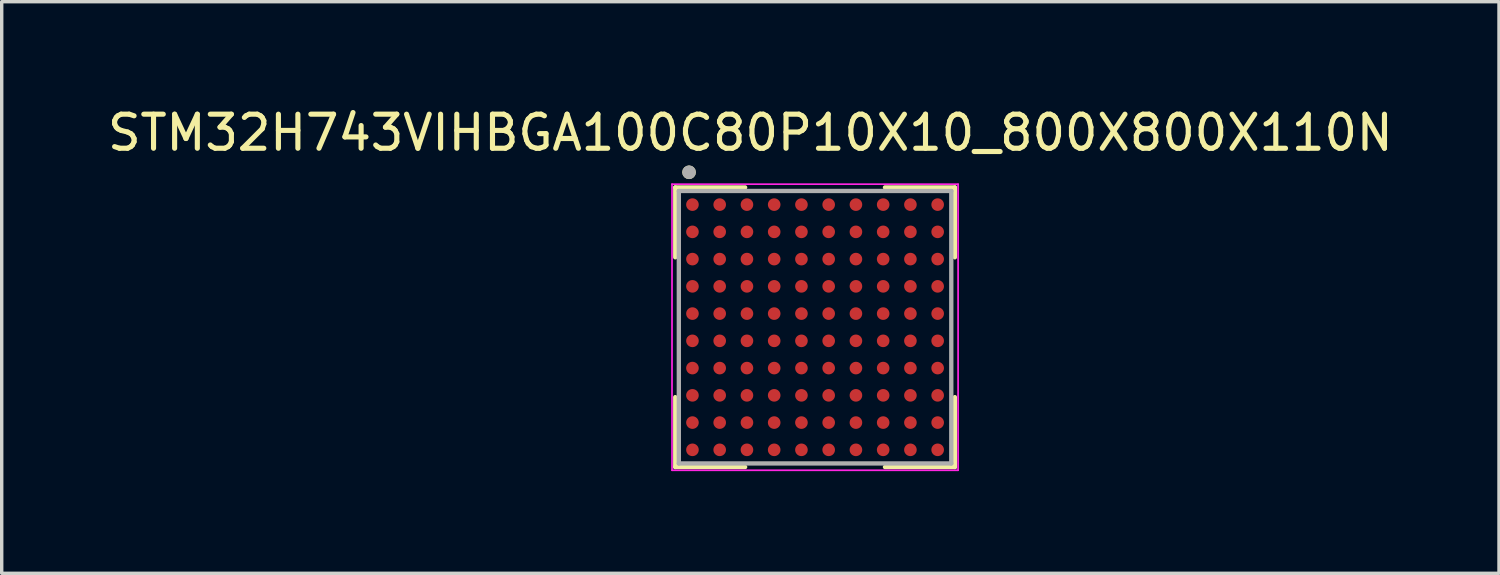
<source format=kicad_pcb>
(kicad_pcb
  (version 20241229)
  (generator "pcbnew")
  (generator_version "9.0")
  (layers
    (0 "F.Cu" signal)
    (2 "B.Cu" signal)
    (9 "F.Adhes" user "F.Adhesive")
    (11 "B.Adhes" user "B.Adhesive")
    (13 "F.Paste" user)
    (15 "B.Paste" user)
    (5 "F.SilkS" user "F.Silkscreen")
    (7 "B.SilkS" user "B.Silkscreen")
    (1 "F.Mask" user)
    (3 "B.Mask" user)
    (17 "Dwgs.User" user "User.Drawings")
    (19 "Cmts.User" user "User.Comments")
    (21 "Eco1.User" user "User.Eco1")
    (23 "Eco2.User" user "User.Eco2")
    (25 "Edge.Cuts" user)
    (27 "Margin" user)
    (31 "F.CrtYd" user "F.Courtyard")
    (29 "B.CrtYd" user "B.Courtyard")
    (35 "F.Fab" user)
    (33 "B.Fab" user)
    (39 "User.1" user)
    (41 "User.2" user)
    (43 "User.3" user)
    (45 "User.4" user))
  (footprint "STM32H743VIHBGA100C80P10X10_800X800X110N"
    (layer "F.Cu")
    (at 20.882 6.558)
    (property "Reference" "STM32H743VIHBGA100C80P10X10_800X800X110N" (at -1.9 -5.71 0) (layer "F.SilkS") (effects (font (size 1 1) (thickness 0.15))))
    (attr through_hole)
    (fp_line (start -4.105 -4.105) (end -4.105 -2.053) (stroke (width 0.127) (type solid)) (layer "F.SilkS"))
    (fp_line (start -4.105 -4.105) (end -2.053 -4.105) (stroke (width 0.127) (type solid)) (layer "F.SilkS"))
    (fp_line (start -4.105 4.105) (end -4.105 2.053) (stroke (width 0.127) (type solid)) (layer "F.SilkS"))
    (fp_line (start -4.105 4.105) (end -2.053 4.105) (stroke (width 0.127) (type solid)) (layer "F.SilkS"))
    (fp_line (start 4.105 -4.105) (end 2.053 -4.105) (stroke (width 0.127) (type solid)) (layer "F.SilkS"))
    (fp_line (start 4.105 -4.105) (end 4.105 -2.053) (stroke (width 0.127) (type solid)) (layer "F.SilkS"))
    (fp_line (start 4.105 4.105) (end 2.053 4.105) (stroke (width 0.127) (type solid)) (layer "F.SilkS"))
    (fp_line (start 4.105 4.105) (end 4.105 2.053) (stroke (width 0.127) (type solid)) (layer "F.SilkS"))
    (fp_circle (center -3.7 -4.55) (end -3.6 -4.55) (stroke (width 0.2) (type solid)) (fill no) (layer "F.SilkS"))
    (fp_line (start -4.2 -4.2) (end 4.2 -4.2) (stroke (width 0.05) (type solid)) (layer "F.CrtYd"))
    (fp_line (start -4.2 4.2) (end -4.2 -4.2) (stroke (width 0.05) (type solid)) (layer "F.CrtYd"))
    (fp_line (start -4.2 4.2) (end 4.2 4.2) (stroke (width 0.05) (type solid)) (layer "F.CrtYd"))
    (fp_line (start 4.2 4.2) (end 4.2 -4.2) (stroke (width 0.05) (type solid)) (layer "F.CrtYd"))
    (fp_line (start -4 4) (end -4 -4) (stroke (width 0.127) (type solid)) (layer "F.Fab"))
    (fp_line (start 4 -4) (end -4 -4) (stroke (width 0.127) (type solid)) (layer "F.Fab"))
    (fp_line (start 4 4) (end -4 4) (stroke (width 0.127) (type solid)) (layer "F.Fab"))
    (fp_line (start 4 4) (end 4 -4) (stroke (width 0.127) (type solid)) (layer "F.Fab"))
    (fp_circle (center -3.7 -4.55) (end -3.6 -4.55) (stroke (width 0.2) (type solid)) (fill no) (layer "F.Fab"))
    (pad "A1" smd circle (at -3.6 -3.6) (size 0.37 0.37) (layers "F.Cu" "F.Mask" "F.Paste"))
    (pad "A2" smd circle (at -2.8 -3.6) (size 0.37 0.37) (layers "F.Cu" "F.Mask" "F.Paste"))
    (pad "A3" smd circle (at -2 -3.6) (size 0.37 0.37) (layers "F.Cu" "F.Mask" "F.Paste"))
    (pad "A4" smd circle (at -1.2 -3.6) (size 0.37 0.37) (layers "F.Cu" "F.Mask" "F.Paste"))
    (pad "A5" smd circle (at -0.4 -3.6) (size 0.37 0.37) (layers "F.Cu" "F.Mask" "F.Paste"))
    (pad "A6" smd circle (at 0.4 -3.6) (size 0.37 0.37) (layers "F.Cu" "F.Mask" "F.Paste"))
    (pad "A7" smd circle (at 1.2 -3.6) (size 0.37 0.37) (layers "F.Cu" "F.Mask" "F.Paste"))
    (pad "A8" smd circle (at 2 -3.6) (size 0.37 0.37) (layers "F.Cu" "F.Mask" "F.Paste"))
    (pad "A9" smd circle (at 2.8 -3.6) (size 0.37 0.37) (layers "F.Cu" "F.Mask" "F.Paste"))
    (pad "A10" smd circle (at 3.6 -3.6) (size 0.37 0.37) (layers "F.Cu" "F.Mask" "F.Paste"))
    (pad "B1" smd circle (at -3.6 -2.8) (size 0.37 0.37) (layers "F.Cu" "F.Mask" "F.Paste"))
    (pad "B2" smd circle (at -2.8 -2.8) (size 0.37 0.37) (layers "F.Cu" "F.Mask" "F.Paste"))
    (pad "B3" smd circle (at -2 -2.8) (size 0.37 0.37) (layers "F.Cu" "F.Mask" "F.Paste"))
    (pad "B4" smd circle (at -1.2 -2.8) (size 0.37 0.37) (layers "F.Cu" "F.Mask" "F.Paste"))
    (pad "B5" smd circle (at -0.4 -2.8) (size 0.37 0.37) (layers "F.Cu" "F.Mask" "F.Paste"))
    (pad "B6" smd circle (at 0.4 -2.8) (size 0.37 0.37) (layers "F.Cu" "F.Mask" "F.Paste"))
    (pad "B7" smd circle (at 1.2 -2.8) (size 0.37 0.37) (layers "F.Cu" "F.Mask" "F.Paste"))
    (pad "B8" smd circle (at 2 -2.8) (size 0.37 0.37) (layers "F.Cu" "F.Mask" "F.Paste"))
    (pad "B9" smd circle (at 2.8 -2.8) (size 0.37 0.37) (layers "F.Cu" "F.Mask" "F.Paste"))
    (pad "B10" smd circle (at 3.6 -2.8) (size 0.37 0.37) (layers "F.Cu" "F.Mask" "F.Paste"))
    (pad "C1" smd circle (at -3.6 -2) (size 0.37 0.37) (layers "F.Cu" "F.Mask" "F.Paste"))
    (pad "C2" smd circle (at -2.8 -2) (size 0.37 0.37) (layers "F.Cu" "F.Mask" "F.Paste"))
    (pad "C3" smd circle (at -2 -2) (size 0.37 0.37) (layers "F.Cu" "F.Mask" "F.Paste"))
    (pad "C4" smd circle (at -1.2 -2) (size 0.37 0.37) (layers "F.Cu" "F.Mask" "F.Paste"))
    (pad "C5" smd circle (at -0.4 -2) (size 0.37 0.37) (layers "F.Cu" "F.Mask" "F.Paste"))
    (pad "C6" smd circle (at 0.4 -2) (size 0.37 0.37) (layers "F.Cu" "F.Mask" "F.Paste"))
    (pad "C7" smd circle (at 1.2 -2) (size 0.37 0.37) (layers "F.Cu" "F.Mask" "F.Paste"))
    (pad "C8" smd circle (at 2 -2) (size 0.37 0.37) (layers "F.Cu" "F.Mask" "F.Paste"))
    (pad "C9" smd circle (at 2.8 -2) (size 0.37 0.37) (layers "F.Cu" "F.Mask" "F.Paste"))
    (pad "C10" smd circle (at 3.6 -2) (size 0.37 0.37) (layers "F.Cu" "F.Mask" "F.Paste"))
    (pad "D1" smd circle (at -3.6 -1.2) (size 0.37 0.37) (layers "F.Cu" "F.Mask" "F.Paste"))
    (pad "D2" smd circle (at -2.8 -1.2) (size 0.37 0.37) (layers "F.Cu" "F.Mask" "F.Paste"))
    (pad "D3" smd circle (at -2 -1.2) (size 0.37 0.37) (layers "F.Cu" "F.Mask" "F.Paste"))
    (pad "D4" smd circle (at -1.2 -1.2) (size 0.37 0.37) (layers "F.Cu" "F.Mask" "F.Paste"))
    (pad "D5" smd circle (at -0.4 -1.2) (size 0.37 0.37) (layers "F.Cu" "F.Mask" "F.Paste"))
    (pad "D6" smd circle (at 0.4 -1.2) (size 0.37 0.37) (layers "F.Cu" "F.Mask" "F.Paste"))
    (pad "D7" smd circle (at 1.2 -1.2) (size 0.37 0.37) (layers "F.Cu" "F.Mask" "F.Paste"))
    (pad "D8" smd circle (at 2 -1.2) (size 0.37 0.37) (layers "F.Cu" "F.Mask" "F.Paste"))
    (pad "D9" smd circle (at 2.8 -1.2) (size 0.37 0.37) (layers "F.Cu" "F.Mask" "F.Paste"))
    (pad "D10" smd circle (at 3.6 -1.2) (size 0.37 0.37) (layers "F.Cu" "F.Mask" "F.Paste"))
    (pad "E1" smd circle (at -3.6 -0.4) (size 0.37 0.37) (layers "F.Cu" "F.Mask" "F.Paste"))
    (pad "E2" smd circle (at -2.8 -0.4) (size 0.37 0.37) (layers "F.Cu" "F.Mask" "F.Paste"))
    (pad "E3" smd circle (at -2 -0.4) (size 0.37 0.37) (layers "F.Cu" "F.Mask" "F.Paste"))
    (pad "E4" smd circle (at -1.2 -0.4) (size 0.37 0.37) (layers "F.Cu" "F.Mask" "F.Paste"))
    (pad "E5" smd circle (at -0.4 -0.4) (size 0.37 0.37) (layers "F.Cu" "F.Mask" "F.Paste"))
    (pad "E6" smd circle (at 0.4 -0.4) (size 0.37 0.37) (layers "F.Cu" "F.Mask" "F.Paste"))
    (pad "E7" smd circle (at 1.2 -0.4) (size 0.37 0.37) (layers "F.Cu" "F.Mask" "F.Paste"))
    (pad "E8" smd circle (at 2 -0.4) (size 0.37 0.37) (layers "F.Cu" "F.Mask" "F.Paste"))
    (pad "E9" smd circle (at 2.8 -0.4) (size 0.37 0.37) (layers "F.Cu" "F.Mask" "F.Paste"))
    (pad "E10" smd circle (at 3.6 -0.4) (size 0.37 0.37) (layers "F.Cu" "F.Mask" "F.Paste"))
    (pad "F1" smd circle (at -3.6 0.4) (size 0.37 0.37) (layers "F.Cu" "F.Mask" "F.Paste"))
    (pad "F2" smd circle (at -2.8 0.4) (size 0.37 0.37) (layers "F.Cu" "F.Mask" "F.Paste"))
    (pad "F3" smd circle (at -2 0.4) (size 0.37 0.37) (layers "F.Cu" "F.Mask" "F.Paste"))
    (pad "F4" smd circle (at -1.2 0.4) (size 0.37 0.37) (layers "F.Cu" "F.Mask" "F.Paste"))
    (pad "F5" smd circle (at -0.4 0.4) (size 0.37 0.37) (layers "F.Cu" "F.Mask" "F.Paste"))
    (pad "F6" smd circle (at 0.4 0.4) (size 0.37 0.37) (layers "F.Cu" "F.Mask" "F.Paste"))
    (pad "F7" smd circle (at 1.2 0.4) (size 0.37 0.37) (layers "F.Cu" "F.Mask" "F.Paste"))
    (pad "F8" smd circle (at 2 0.4) (size 0.37 0.37) (layers "F.Cu" "F.Mask" "F.Paste"))
    (pad "F9" smd circle (at 2.8 0.4) (size 0.37 0.37) (layers "F.Cu" "F.Mask" "F.Paste"))
    (pad "F10" smd circle (at 3.6 0.4) (size 0.37 0.37) (layers "F.Cu" "F.Mask" "F.Paste"))
    (pad "G1" smd circle (at -3.6 1.2) (size 0.37 0.37) (layers "F.Cu" "F.Mask" "F.Paste"))
    (pad "G2" smd circle (at -2.8 1.2) (size 0.37 0.37) (layers "F.Cu" "F.Mask" "F.Paste"))
    (pad "G3" smd circle (at -2 1.2) (size 0.37 0.37) (layers "F.Cu" "F.Mask" "F.Paste"))
    (pad "G4" smd circle (at -1.2 1.2) (size 0.37 0.37) (layers "F.Cu" "F.Mask" "F.Paste"))
    (pad "G5" smd circle (at -0.4 1.2) (size 0.37 0.37) (layers "F.Cu" "F.Mask" "F.Paste"))
    (pad "G6" smd circle (at 0.4 1.2) (size 0.37 0.37) (layers "F.Cu" "F.Mask" "F.Paste"))
    (pad "G7" smd circle (at 1.2 1.2) (size 0.37 0.37) (layers "F.Cu" "F.Mask" "F.Paste"))
    (pad "G8" smd circle (at 2 1.2) (size 0.37 0.37) (layers "F.Cu" "F.Mask" "F.Paste"))
    (pad "G9" smd circle (at 2.8 1.2) (size 0.37 0.37) (layers "F.Cu" "F.Mask" "F.Paste"))
    (pad "G10" smd circle (at 3.6 1.2) (size 0.37 0.37) (layers "F.Cu" "F.Mask" "F.Paste"))
    (pad "H1" smd circle (at -3.6 2) (size 0.37 0.37) (layers "F.Cu" "F.Mask" "F.Paste"))
    (pad "H2" smd circle (at -2.8 2) (size 0.37 0.37) (layers "F.Cu" "F.Mask" "F.Paste"))
    (pad "H3" smd circle (at -2 2) (size 0.37 0.37) (layers "F.Cu" "F.Mask" "F.Paste"))
    (pad "H4" smd circle (at -1.2 2) (size 0.37 0.37) (layers "F.Cu" "F.Mask" "F.Paste"))
    (pad "H5" smd circle (at -0.4 2) (size 0.37 0.37) (layers "F.Cu" "F.Mask" "F.Paste"))
    (pad "H6" smd circle (at 0.4 2) (size 0.37 0.37) (layers "F.Cu" "F.Mask" "F.Paste"))
    (pad "H7" smd circle (at 1.2 2) (size 0.37 0.37) (layers "F.Cu" "F.Mask" "F.Paste"))
    (pad "H8" smd circle (at 2 2) (size 0.37 0.37) (layers "F.Cu" "F.Mask" "F.Paste"))
    (pad "H9" smd circle (at 2.8 2) (size 0.37 0.37) (layers "F.Cu" "F.Mask" "F.Paste"))
    (pad "H10" smd circle (at 3.6 2) (size 0.37 0.37) (layers "F.Cu" "F.Mask" "F.Paste"))
    (pad "J1" smd circle (at -3.6 2.8) (size 0.37 0.37) (layers "F.Cu" "F.Mask" "F.Paste"))
    (pad "J2" smd circle (at -2.8 2.8) (size 0.37 0.37) (layers "F.Cu" "F.Mask" "F.Paste"))
    (pad "J3" smd circle (at -2 2.8) (size 0.37 0.37) (layers "F.Cu" "F.Mask" "F.Paste"))
    (pad "J4" smd circle (at -1.2 2.8) (size 0.37 0.37) (layers "F.Cu" "F.Mask" "F.Paste"))
    (pad "J5" smd circle (at -0.4 2.8) (size 0.37 0.37) (layers "F.Cu" "F.Mask" "F.Paste"))
    (pad "J6" smd circle (at 0.4 2.8) (size 0.37 0.37) (layers "F.Cu" "F.Mask" "F.Paste"))
    (pad "J7" smd circle (at 1.2 2.8) (size 0.37 0.37) (layers "F.Cu" "F.Mask" "F.Paste"))
    (pad "J8" smd circle (at 2 2.8) (size 0.37 0.37) (layers "F.Cu" "F.Mask" "F.Paste"))
    (pad "J9" smd circle (at 2.8 2.8) (size 0.37 0.37) (layers "F.Cu" "F.Mask" "F.Paste"))
    (pad "J10" smd circle (at 3.6 2.8) (size 0.37 0.37) (layers "F.Cu" "F.Mask" "F.Paste"))
    (pad "K1" smd circle (at -3.6 3.6) (size 0.37 0.37) (layers "F.Cu" "F.Mask" "F.Paste"))
    (pad "K2" smd circle (at -2.8 3.6) (size 0.37 0.37) (layers "F.Cu" "F.Mask" "F.Paste"))
    (pad "K3" smd circle (at -2 3.6) (size 0.37 0.37) (layers "F.Cu" "F.Mask" "F.Paste"))
    (pad "K4" smd circle (at -1.2 3.6) (size 0.37 0.37) (layers "F.Cu" "F.Mask" "F.Paste"))
    (pad "K5" smd circle (at -0.4 3.6) (size 0.37 0.37) (layers "F.Cu" "F.Mask" "F.Paste"))
    (pad "K6" smd circle (at 0.4 3.6) (size 0.37 0.37) (layers "F.Cu" "F.Mask" "F.Paste"))
    (pad "K7" smd circle (at 1.2 3.6) (size 0.37 0.37) (layers "F.Cu" "F.Mask" "F.Paste"))
    (pad "K8" smd circle (at 2 3.6) (size 0.37 0.37) (layers "F.Cu" "F.Mask" "F.Paste"))
    (pad "K9" smd circle (at 2.8 3.6) (size 0.37 0.37) (layers "F.Cu" "F.Mask" "F.Paste"))
    (pad "K10" smd circle (at 3.6 3.6) (size 0.37 0.37) (layers "F.Cu" "F.Mask" "F.Paste")))
  (gr_rect
    (start -3 -3)
    (end 40.964 13.783)
    (stroke (width 0.1) (type default))
    (fill no)
    (layer "Edge.Cuts")))
</source>
